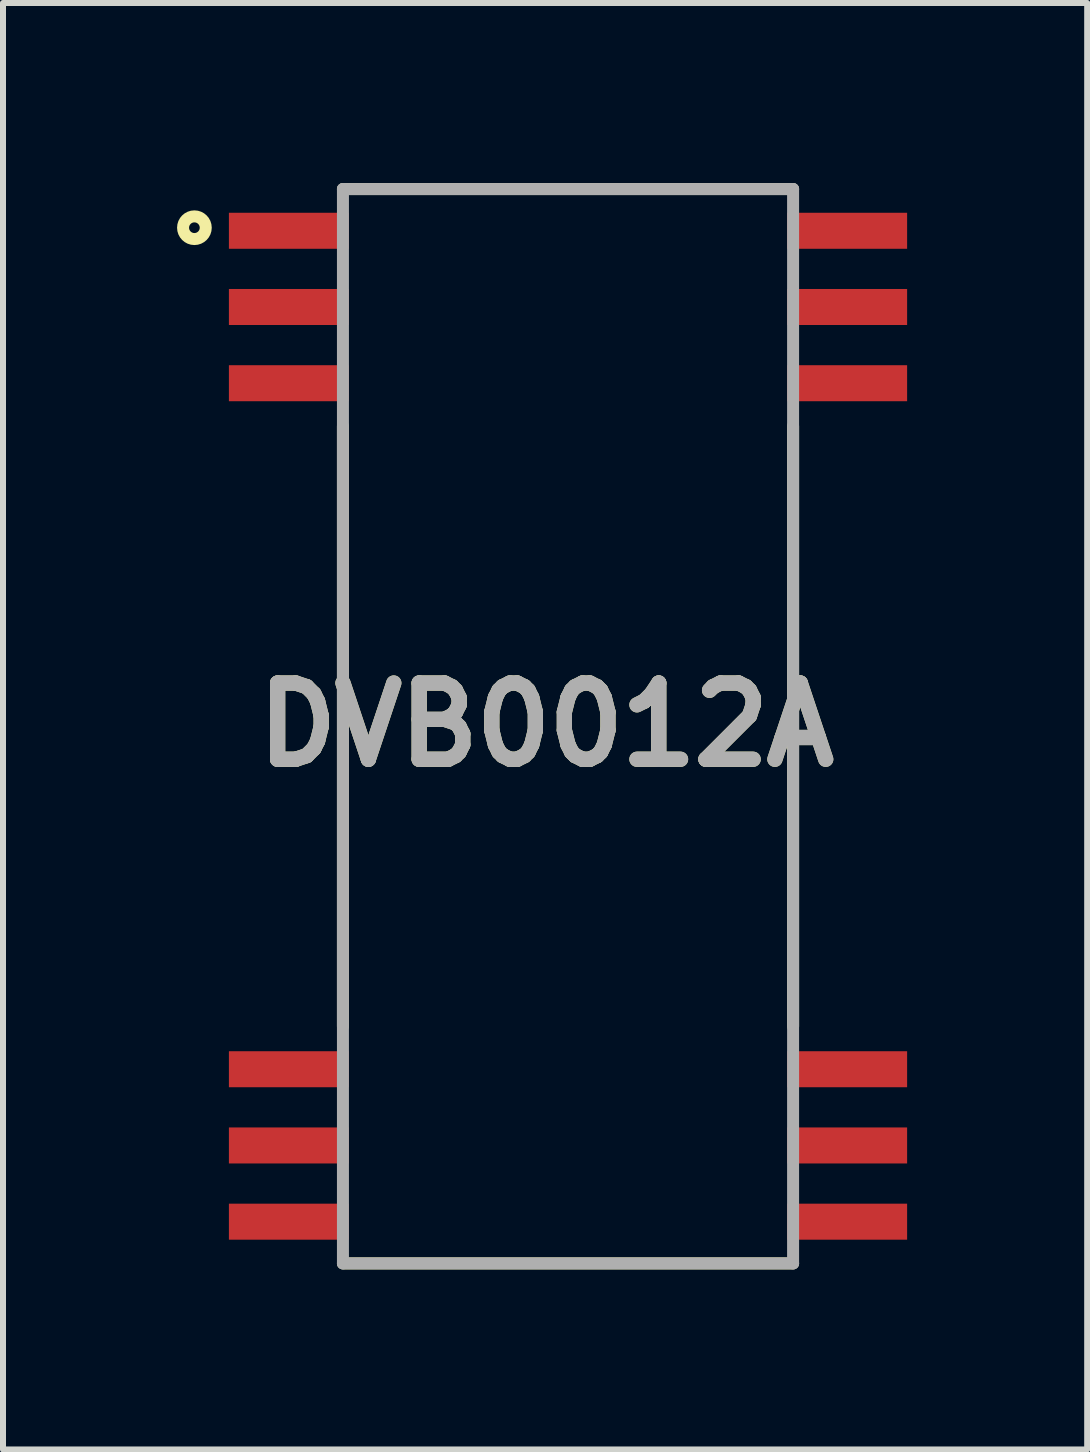
<source format=kicad_pcb>
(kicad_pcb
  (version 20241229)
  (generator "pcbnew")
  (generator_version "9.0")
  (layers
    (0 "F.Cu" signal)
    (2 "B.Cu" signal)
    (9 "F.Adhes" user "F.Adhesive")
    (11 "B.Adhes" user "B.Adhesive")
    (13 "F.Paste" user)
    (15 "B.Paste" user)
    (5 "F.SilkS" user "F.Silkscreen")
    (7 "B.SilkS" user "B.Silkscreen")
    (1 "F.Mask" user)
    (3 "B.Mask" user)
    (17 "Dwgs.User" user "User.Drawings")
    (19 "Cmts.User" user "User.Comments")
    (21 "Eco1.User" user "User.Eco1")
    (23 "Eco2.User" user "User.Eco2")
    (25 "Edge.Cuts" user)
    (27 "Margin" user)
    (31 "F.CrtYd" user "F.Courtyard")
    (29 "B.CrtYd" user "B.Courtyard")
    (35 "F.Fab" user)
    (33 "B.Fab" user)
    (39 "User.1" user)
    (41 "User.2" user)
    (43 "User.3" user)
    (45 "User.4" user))
  (footprint "DVB0012A"
    (layer "F.Cu")
    (at 6.414 9.05)
    (property "Reference" "DVB0012A" (at -0.363 -0.024 0) (layer "F.SilkS") (effects (font (size 1.27 1.27) (thickness 0.254))))
    (attr smd)
    (fp_line (start -3.75 -8.95) (end 3.75 -8.95) (stroke (width 0.2) (type solid)) (layer "F.SilkS"))
    (fp_line (start -3.75 -5) (end -3.75 5) (stroke (width 0.2) (type solid)) (layer "F.SilkS"))
    (fp_line (start 3.75 -5) (end 3.75 5) (stroke (width 0.2) (type solid)) (layer "F.SilkS"))
    (fp_line (start 3.75 8.95) (end -3.75 8.95) (stroke (width 0.2) (type solid)) (layer "F.SilkS"))
    (fp_circle (center -6.225 -8.306) (end -6.225 -8.217) (stroke (width 0.2) (type solid)) (fill no) (layer "F.SilkS"))
    (fp_line (start -3.75 -8.95) (end 3.75 -8.95) (stroke (width 0.2) (type solid)) (layer "F.Fab"))
    (fp_line (start -3.75 8.95) (end -3.75 -8.95) (stroke (width 0.2) (type solid)) (layer "F.Fab"))
    (fp_line (start 3.75 -8.95) (end 3.75 8.95) (stroke (width 0.2) (type solid)) (layer "F.Fab"))
    (fp_line (start 3.75 8.95) (end -3.75 8.95) (stroke (width 0.2) (type solid)) (layer "F.Fab"))
    (fp_text user "${REFERENCE}" (at -0.363 -0.024 0) (layer "F.Fab") (effects (font (size 1.27 1.27) (thickness 0.254))))
    (pad "1" smd rect (at -4.65 -8.255 90) (size 0.6 2) (layers "F.Cu" "F.Mask" "F.Paste"))
    (pad "2" smd rect (at -4.65 -6.985 90) (size 0.6 2) (layers "F.Cu" "F.Mask" "F.Paste"))
    (pad "3" smd rect (at -4.65 -5.715 90) (size 0.6 2) (layers "F.Cu" "F.Mask" "F.Paste"))
    (pad "12" smd rect (at -4.65 5.715 90) (size 0.6 2) (layers "F.Cu" "F.Mask" "F.Paste"))
    (pad "13" smd rect (at -4.65 6.985 90) (size 0.6 2) (layers "F.Cu" "F.Mask" "F.Paste"))
    (pad "14" smd rect (at -4.65 8.255 90) (size 0.6 2) (layers "F.Cu" "F.Mask" "F.Paste"))
    (pad "15" smd rect (at 4.65 8.255 90) (size 0.6 2) (layers "F.Cu" "F.Mask" "F.Paste"))
    (pad "16" smd rect (at 4.65 6.985 90) (size 0.6 2) (layers "F.Cu" "F.Mask" "F.Paste"))
    (pad "17" smd rect (at 4.65 5.715 90) (size 0.6 2) (layers "F.Cu" "F.Mask" "F.Paste"))
    (pad "26" smd rect (at 4.65 -5.715 90) (size 0.6 2) (layers "F.Cu" "F.Mask" "F.Paste"))
    (pad "27" smd rect (at 4.65 -6.985 90) (size 0.6 2) (layers "F.Cu" "F.Mask" "F.Paste"))
    (pad "28" smd rect (at 4.65 -8.255 90) (size 0.6 2) (layers "F.Cu" "F.Mask" "F.Paste")))
  (gr_rect
    (start -3 -3)
    (end 15.064 21.1)
    (stroke (width 0.1) (type default))
    (fill no)
    (layer "Edge.Cuts")))
</source>
